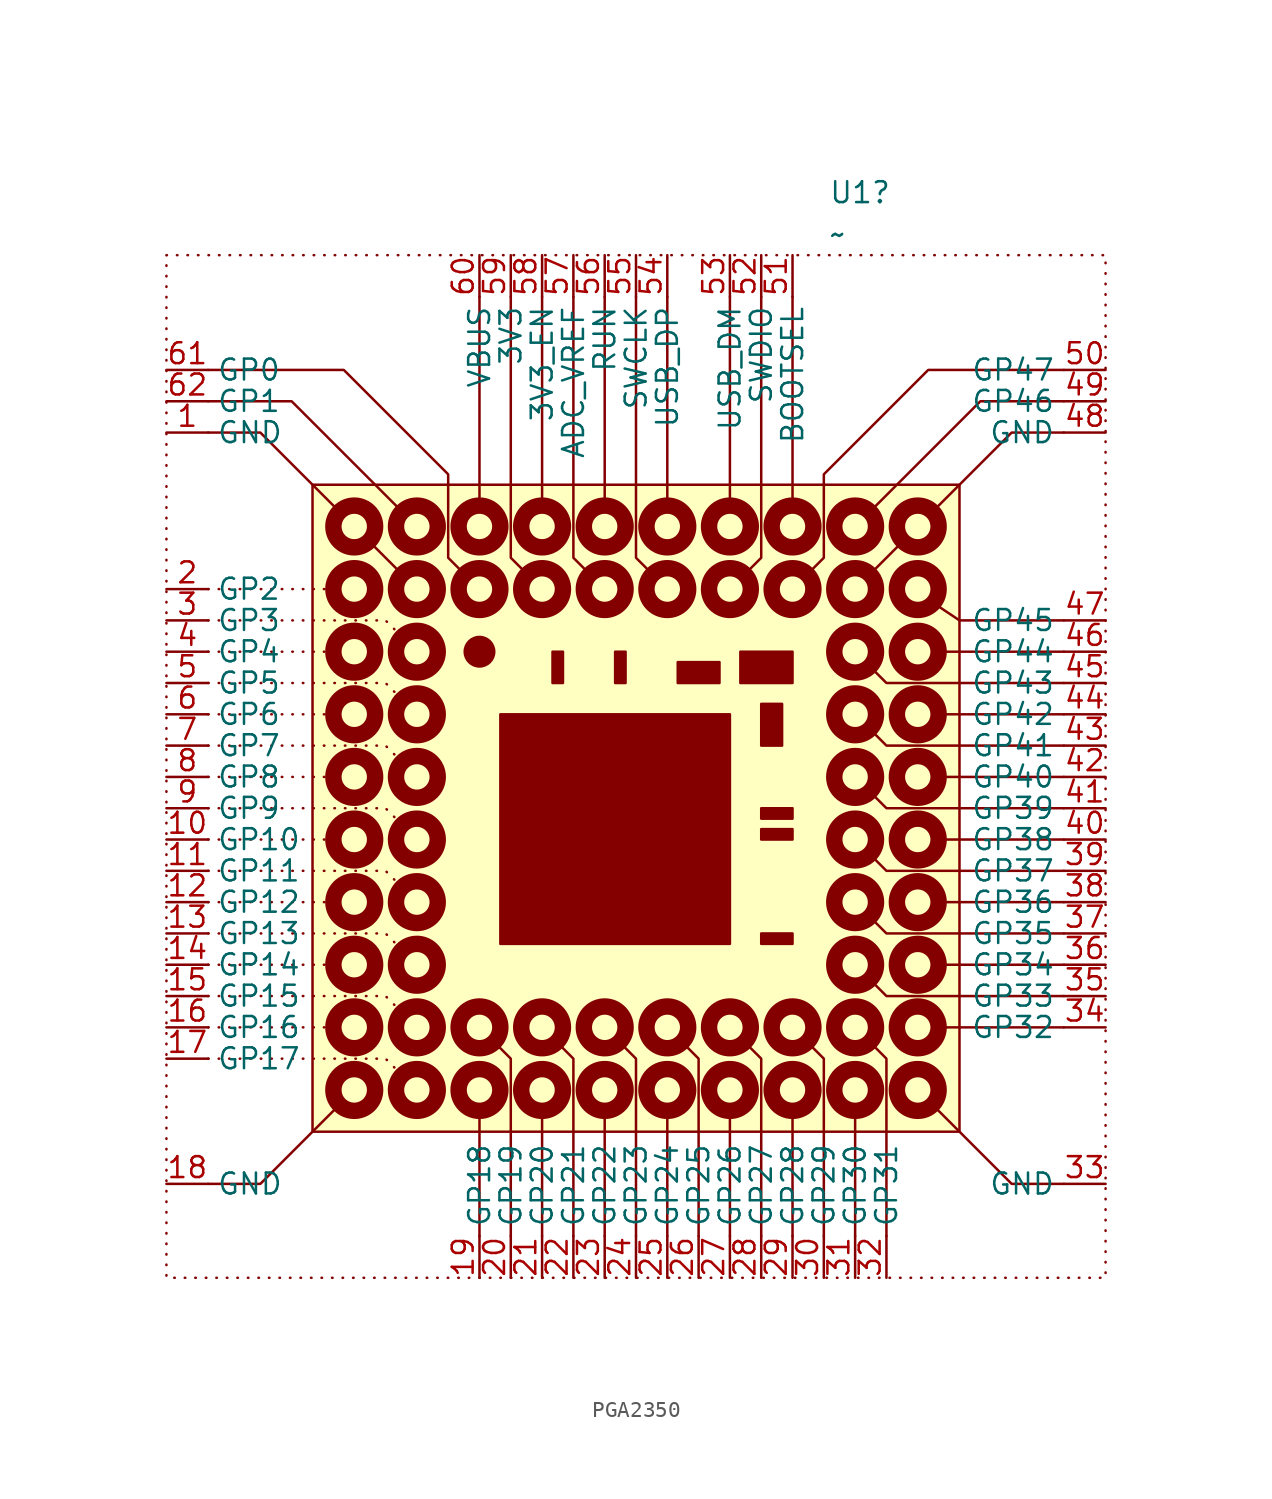
<source format=kicad_sym>
(kicad_symbol_lib
  (version 20231120)
  (generator "kicad_symbol_editor")
  (generator_version "8.0")
  (symbol "PGA2350"
    (property "Reference" "U1"
      (at 40.294 3.81 0)
      (effects (font (size 1.27 1.27)) (justify left)))
    (property "Value" "~"
      (at 40.294 1.27 0)
      (effects (font (size 1.27 1.27)) (justify left)))
    (symbol "PGA2350_1_1"
      (polyline (pts (xy 2.54 -46.99) (xy 10.16 -46.99)) (stroke (width 0) (type default)) (fill (type none)))
      (polyline (pts (xy 2.54 -43.18) (xy 10.16 -43.18)) (stroke (width 0) (type default)) (fill (type none)))
      (polyline (pts (xy 2.54 -39.37) (xy 10.16 -39.37)) (stroke (width 0) (type default)) (fill (type none)))
      (polyline (pts (xy 2.54 -35.56) (xy 10.16 -35.56)) (stroke (width 0) (type default)) (fill (type none)))
      (polyline (pts (xy 2.54 -31.75) (xy 10.16 -31.75)) (stroke (width 0) (type default)) (fill (type none)))
      (polyline (pts (xy 2.54 -27.94) (xy 10.16 -27.94)) (stroke (width 0) (type default)) (fill (type none)))
      (polyline (pts (xy 2.54 -24.13) (xy 10.16 -24.13)) (stroke (width 0) (type default)) (fill (type none)))
      (polyline (pts (xy 2.54 -20.32) (xy 10.16 -20.32)) (stroke (width 0) (type default)) (fill (type none)))
      (polyline (pts (xy 14.605 -19.685) (xy 12.065 -17.145)) (stroke (width 0) (type default)) (fill (type none)))
      (polyline (pts (xy 19.05 -59.69) (xy 19.05 -52.07)) (stroke (width 0) (type default)) (fill (type none)))
      (polyline (pts (xy 19.05 -2.54) (xy 19.05 -15.24)) (stroke (width 0) (type default)) (fill (type none)))
      (polyline (pts (xy 22.86 -59.69) (xy 22.86 -52.07)) (stroke (width 0) (type default)) (fill (type none)))
      (polyline (pts (xy 22.86 -2.54) (xy 22.86 -15.24)) (stroke (width 0) (type default)) (fill (type none)))
      (polyline (pts (xy 26.67 -59.69) (xy 26.67 -52.07)) (stroke (width 0) (type default)) (fill (type none)))
      (polyline (pts (xy 26.67 -2.54) (xy 26.67 -15.24)) (stroke (width 0) (type default)) (fill (type none)))
      (polyline (pts (xy 30.48 -59.69) (xy 30.48 -52.07)) (stroke (width 0) (type default)) (fill (type none)))
      (polyline (pts (xy 30.48 -2.54) (xy 30.48 -15.24)) (stroke (width 0) (type default)) (fill (type none)))
      (polyline (pts (xy 34.29 -59.69) (xy 34.29 -52.07)) (stroke (width 0) (type default)) (fill (type none)))
      (polyline (pts (xy 34.29 -2.54) (xy 34.29 -15.24)) (stroke (width 0) (type default)) (fill (type none)))
      (polyline (pts (xy 38.1 -59.69) (xy 38.1 -52.07)) (stroke (width 0) (type default)) (fill (type none)))
      (polyline (pts (xy 38.1 -2.54) (xy 38.1 -15.24)) (stroke (width 0) (type default)) (fill (type none)))
      (polyline (pts (xy 41.91 -59.69) (xy 41.91 -52.07)) (stroke (width 0) (type default)) (fill (type none)))
      (polyline (pts (xy 42.545 -19.685) (xy 45.085 -17.145)) (stroke (width 0) (type default)) (fill (type none)))
      (polyline (pts (xy 54.61 -46.99) (xy 46.99 -46.99)) (stroke (width 0) (type default)) (fill (type none)))
      (polyline (pts (xy 54.61 -43.18) (xy 46.99 -43.18)) (stroke (width 0) (type default)) (fill (type none)))
      (polyline (pts (xy 54.61 -39.37) (xy 46.99 -39.37)) (stroke (width 0) (type default)) (fill (type none)))
      (polyline (pts (xy 54.61 -35.56) (xy 46.99 -35.56)) (stroke (width 0) (type default)) (fill (type none)))
      (polyline (pts (xy 54.61 -31.75) (xy 46.99 -31.75)) (stroke (width 0) (type default)) (fill (type none)))
      (polyline (pts (xy 54.61 -27.94) (xy 46.99 -27.94)) (stroke (width 0) (type default)) (fill (type none)))
      (polyline (pts (xy 54.61 -24.13) (xy 46.99 -24.13)) (stroke (width 0) (type default)) (fill (type none)))
      (polyline (pts (xy 2.54 -48.895) (xy 13.335 -48.895) (xy 14.605 -50.165)) (stroke (width 0) (type default)) (fill (type none)))
      (polyline (pts (xy 2.54 -45.085) (xy 13.335 -45.085) (xy 14.605 -46.355)) (stroke (width 0) (type default)) (fill (type none)))
      (polyline (pts (xy 2.54 -41.275) (xy 13.335 -41.275) (xy 14.605 -42.545)) (stroke (width 0) (type default)) (fill (type none)))
      (polyline (pts (xy 2.54 -37.465) (xy 13.335 -37.465) (xy 14.605 -38.735)) (stroke (width 0) (type default)) (fill (type none)))
      (polyline (pts (xy 2.54 -33.655) (xy 13.335 -33.655) (xy 14.605 -34.925)) (stroke (width 0) (type default)) (fill (type none)))
      (polyline (pts (xy 2.54 -29.845) (xy 13.335 -29.845) (xy 14.605 -31.115)) (stroke (width 0) (type default)) (fill (type none)))
      (polyline (pts (xy 2.54 -26.035) (xy 13.335 -26.035) (xy 14.605 -27.305)) (stroke (width 0) (type default)) (fill (type none)))
      (polyline (pts (xy 2.54 -22.225) (xy 13.335 -22.225) (xy 14.605 -23.495)) (stroke (width 0) (type default)) (fill (type none)))
      (polyline (pts (xy 10.795 -51.435) (xy 5.715 -56.515) (xy 2.54 -56.515)) (stroke (width 0) (type default)) (fill (type none)))
      (polyline (pts (xy 10.795 -15.875) (xy 5.715 -10.795) (xy 2.54 -10.795)) (stroke (width 0) (type default)) (fill (type none)))
      (polyline (pts (xy 14.605 -15.875) (xy 7.62 -8.89) (xy 2.54 -8.89)) (stroke (width 0) (type default)) (fill (type none)))
      (polyline (pts (xy 20.955 -59.69) (xy 20.955 -48.895) (xy 19.685 -47.625)) (stroke (width 0) (type default)) (fill (type none)))
      (polyline (pts (xy 20.955 -2.54) (xy 20.955 -18.415) (xy 22.225 -19.685)) (stroke (width 0) (type default)) (fill (type none)))
      (polyline (pts (xy 24.765 -59.69) (xy 24.765 -48.895) (xy 23.495 -47.625)) (stroke (width 0) (type default)) (fill (type none)))
      (polyline (pts (xy 24.765 -2.54) (xy 24.765 -18.415) (xy 26.035 -19.685)) (stroke (width 0) (type default)) (fill (type none)))
      (polyline (pts (xy 28.575 -59.69) (xy 28.575 -48.895) (xy 27.305 -47.625)) (stroke (width 0) (type default)) (fill (type none)))
      (polyline (pts (xy 28.575 -2.54) (xy 28.575 -18.415) (xy 29.845 -19.685)) (stroke (width 0) (type default)) (fill (type none)))
      (polyline (pts (xy 32.385 -59.69) (xy 32.385 -48.895) (xy 31.115 -47.625)) (stroke (width 0) (type default)) (fill (type none)))
      (polyline (pts (xy 36.195 -59.69) (xy 36.195 -48.895) (xy 34.925 -47.625)) (stroke (width 0) (type default)) (fill (type none)))
      (polyline (pts (xy 36.195 -2.54) (xy 36.195 -18.415) (xy 34.925 -19.685)) (stroke (width 0) (type default)) (fill (type none)))
      (polyline (pts (xy 40.005 -59.69) (xy 40.005 -48.895) (xy 38.735 -47.625)) (stroke (width 0) (type default)) (fill (type none)))
      (polyline (pts (xy 42.545 -15.875) (xy 49.53 -8.89) (xy 54.61 -8.89)) (stroke (width 0) (type default)) (fill (type none)))
      (polyline (pts (xy 43.815 -59.69) (xy 43.815 -48.895) (xy 42.545 -47.625)) (stroke (width 0) (type default)) (fill (type none)))
      (polyline (pts (xy 46.355 -51.435) (xy 51.435 -56.515) (xy 54.61 -56.515)) (stroke (width 0) (type default)) (fill (type none)))
      (polyline (pts (xy 46.355 -15.875) (xy 51.435 -10.795) (xy 54.61 -10.795)) (stroke (width 0) (type default)) (fill (type none)))
      (polyline (pts (xy 54.61 -45.085) (xy 43.815 -45.085) (xy 42.545 -43.815)) (stroke (width 0) (type default)) (fill (type none)))
      (polyline (pts (xy 54.61 -41.275) (xy 43.815 -41.275) (xy 42.545 -40.005)) (stroke (width 0) (type default)) (fill (type none)))
      (polyline (pts (xy 54.61 -37.465) (xy 43.815 -37.465) (xy 42.545 -36.195)) (stroke (width 0) (type default)) (fill (type none)))
      (polyline (pts (xy 54.61 -33.655) (xy 43.815 -33.655) (xy 42.545 -32.385)) (stroke (width 0) (type default)) (fill (type none)))
      (polyline (pts (xy 54.61 -29.845) (xy 43.815 -29.845) (xy 42.545 -28.575)) (stroke (width 0) (type default)) (fill (type none)))
      (polyline (pts (xy 54.61 -26.035) (xy 43.815 -26.035) (xy 42.545 -24.765)) (stroke (width 0) (type default)) (fill (type none)))
      (polyline (pts (xy 54.61 -22.225) (xy 48.26 -22.225) (xy 46.355 -20.955)) (stroke (width 0) (type default)) (fill (type none)))
      (polyline (pts (xy 18.415 -19.685) (xy 17.145 -18.415) (xy 17.145 -13.335) (xy 10.795 -6.985) (xy 2.54 -6.985)) (stroke (width 0) (type default)) (fill (type none)))
      (polyline (pts (xy 38.735 -19.685) (xy 40.005 -18.415) (xy 40.005 -13.335) (xy 46.355 -6.985) (xy 54.61 -6.985)) (stroke (width 0) (type default)) (fill (type none)))
      (rectangle (start 0 0) (end 57.15 -62.23) (stroke (width 0) (type dot)) (fill (type none)))
      (rectangle (start 8.89 -13.97) (end 48.26 -53.34) (stroke (width 0) (type default)) (fill (type background)))
      (circle (center 11.43 -50.8) (radius 1.27) (stroke (width 1) (type default)) (fill (type none)))
      (circle (center 11.43 -46.99) (radius 1.27) (stroke (width 1) (type default)) (fill (type none)))
      (circle (center 11.43 -43.18) (radius 1.27) (stroke (width 1) (type default)) (fill (type none)))
      (circle (center 11.43 -39.37) (radius 1.27) (stroke (width 1) (type default)) (fill (type none)))
      (circle (center 11.43 -35.56) (radius 1.27) (stroke (width 1) (type default)) (fill (type none)))
      (circle (center 11.43 -31.75) (radius 1.27) (stroke (width 1) (type default)) (fill (type none)))
      (circle (center 11.43 -27.94) (radius 1.27) (stroke (width 1) (type default)) (fill (type none)))
      (circle (center 11.43 -24.13) (radius 1.27) (stroke (width 1) (type default)) (fill (type none)))
      (circle (center 11.43 -20.32) (radius 1.27) (stroke (width 1) (type default)) (fill (type none)))
      (circle (center 11.43 -16.51) (radius 1.27) (stroke (width 1) (type default)) (fill (type none)))
      (circle (center 15.24 -50.8) (radius 1.27) (stroke (width 1) (type default)) (fill (type none)))
      (circle (center 15.24 -46.99) (radius 1.27) (stroke (width 1) (type default)) (fill (type none)))
      (circle (center 15.24 -43.18) (radius 1.27) (stroke (width 1) (type default)) (fill (type none)))
      (circle (center 15.24 -39.37) (radius 1.27) (stroke (width 1) (type default)) (fill (type none)))
      (circle (center 15.24 -35.56) (radius 1.27) (stroke (width 1) (type default)) (fill (type none)))
      (circle (center 15.24 -31.75) (radius 1.27) (stroke (width 1) (type default)) (fill (type none)))
      (circle (center 15.24 -27.94) (radius 1.27) (stroke (width 1) (type default)) (fill (type none)))
      (circle (center 15.24 -24.13) (radius 1.27) (stroke (width 1) (type default)) (fill (type none)))
      (circle (center 15.24 -20.32) (radius 1.27) (stroke (width 1) (type default)) (fill (type none)))
      (circle (center 15.24 -16.51) (radius 1.27) (stroke (width 1) (type default)) (fill (type none)))
      (circle (center 19.05 -50.8) (radius 1.27) (stroke (width 1) (type default)) (fill (type none)))
      (circle (center 19.05 -46.99) (radius 1.27) (stroke (width 1) (type default)) (fill (type none)))
      (circle (center 19.05 -24.13) (radius 0.898) (stroke (width 0) (type default)) (fill (type outline)))
      (circle (center 19.05 -20.32) (radius 1.27) (stroke (width 1) (type default)) (fill (type none)))
      (circle (center 19.05 -16.51) (radius 1.27) (stroke (width 1) (type default)) (fill (type none)))
      (rectangle (start 20.32 -27.94) (end 34.29 -41.91) (stroke (width 0) (type default)) (fill (type outline)))
      (circle (center 22.86 -50.8) (radius 1.27) (stroke (width 1) (type default)) (fill (type none)))
      (circle (center 22.86 -46.99) (radius 1.27) (stroke (width 1) (type default)) (fill (type none)))
      (circle (center 22.86 -20.32) (radius 1.27) (stroke (width 1) (type default)) (fill (type none)))
      (circle (center 22.86 -16.51) (radius 1.27) (stroke (width 1) (type default)) (fill (type none)))
      (rectangle (start 23.495 -24.13) (end 24.13 -26.035) (stroke (width 0) (type default)) (fill (type outline)))
      (circle (center 26.67 -50.8) (radius 1.27) (stroke (width 1) (type default)) (fill (type none)))
      (circle (center 26.67 -46.99) (radius 1.27) (stroke (width 1) (type default)) (fill (type none)))
      (circle (center 26.67 -20.32) (radius 1.27) (stroke (width 1) (type default)) (fill (type none)))
      (circle (center 26.67 -16.51) (radius 1.27) (stroke (width 1) (type default)) (fill (type none)))
      (rectangle (start 27.305 -24.13) (end 27.94 -26.035) (stroke (width 0) (type default)) (fill (type outline)))
      (circle (center 30.48 -50.8) (radius 1.27) (stroke (width 1) (type default)) (fill (type none)))
      (circle (center 30.48 -46.99) (radius 1.27) (stroke (width 1) (type default)) (fill (type none)))
      (circle (center 30.48 -20.32) (radius 1.27) (stroke (width 1) (type default)) (fill (type none)))
      (circle (center 30.48 -16.51) (radius 1.27) (stroke (width 1) (type default)) (fill (type none)))
      (rectangle (start 31.115 -26.035) (end 33.655 -24.765) (stroke (width 0) (type default)) (fill (type outline)))
      (circle (center 34.29 -50.8) (radius 1.27) (stroke (width 1) (type default)) (fill (type none)))
      (circle (center 34.29 -46.99) (radius 1.27) (stroke (width 1) (type default)) (fill (type none)))
      (circle (center 34.29 -20.32) (radius 1.27) (stroke (width 1) (type default)) (fill (type none)))
      (circle (center 34.29 -16.51) (radius 1.27) (stroke (width 1) (type default)) (fill (type none)))
      (rectangle (start 34.925 -24.13) (end 38.1 -26.035) (stroke (width 0) (type default)) (fill (type outline)))
      (rectangle (start 36.195 -41.91) (end 38.1 -41.275) (stroke (width 0) (type default)) (fill (type outline)))
      (rectangle (start 36.195 -35.56) (end 38.1 -34.925) (stroke (width 0) (type default)) (fill (type outline)))
      (rectangle (start 36.195 -34.29) (end 38.1 -33.655) (stroke (width 0) (type default)) (fill (type outline)))
      (rectangle (start 36.195 -27.305) (end 37.465 -29.845) (stroke (width 0) (type default)) (fill (type outline)))
      (circle (center 38.1 -50.8) (radius 1.27) (stroke (width 1) (type default)) (fill (type none)))
      (circle (center 38.1 -46.99) (radius 1.27) (stroke (width 1) (type default)) (fill (type none)))
      (circle (center 38.1 -20.32) (radius 1.27) (stroke (width 1) (type default)) (fill (type none)))
      (circle (center 38.1 -16.51) (radius 1.27) (stroke (width 1) (type default)) (fill (type none)))
      (circle (center 41.91 -50.8) (radius 1.27) (stroke (width 1) (type default)) (fill (type none)))
      (circle (center 41.91 -46.99) (radius 1.27) (stroke (width 1) (type default)) (fill (type none)))
      (circle (center 41.91 -43.18) (radius 1.27) (stroke (width 1) (type default)) (fill (type none)))
      (circle (center 41.91 -39.37) (radius 1.27) (stroke (width 1) (type default)) (fill (type none)))
      (circle (center 41.91 -35.56) (radius 1.27) (stroke (width 1) (type default)) (fill (type none)))
      (circle (center 41.91 -31.75) (radius 1.27) (stroke (width 1) (type default)) (fill (type none)))
      (circle (center 41.91 -27.94) (radius 1.27) (stroke (width 1) (type default)) (fill (type none)))
      (circle (center 41.91 -24.13) (radius 1.27) (stroke (width 1) (type default)) (fill (type none)))
      (circle (center 41.91 -20.32) (radius 1.27) (stroke (width 1) (type default)) (fill (type none)))
      (circle (center 41.91 -16.51) (radius 1.27) (stroke (width 1) (type default)) (fill (type none)))
      (circle (center 45.72 -50.8) (radius 1.27) (stroke (width 1) (type default)) (fill (type none)))
      (circle (center 45.72 -46.99) (radius 1.27) (stroke (width 1) (type default)) (fill (type none)))
      (circle (center 45.72 -43.18) (radius 1.27) (stroke (width 1) (type default)) (fill (type none)))
      (circle (center 45.72 -39.37) (radius 1.27) (stroke (width 1) (type default)) (fill (type none)))
      (circle (center 45.72 -35.56) (radius 1.27) (stroke (width 1) (type default)) (fill (type none)))
      (circle (center 45.72 -31.75) (radius 1.27) (stroke (width 1) (type default)) (fill (type none)))
      (circle (center 45.72 -27.94) (radius 1.27) (stroke (width 1) (type default)) (fill (type none)))
      (circle (center 45.72 -24.13) (radius 1.27) (stroke (width 1) (type default)) (fill (type none)))
      (circle (center 45.72 -20.32) (radius 1.27) (stroke (width 1) (type default)) (fill (type none)))
      (circle (center 45.72 -16.51) (radius 1.27) (stroke (width 1) (type default)) (fill (type none)))
      (pin bidirectional line (at 0 -10.795 0) (length 2.54) (name "GND" (effects (font (size 1.27 1.27)))) (number "1" (effects (font (size 1.27 1.27)))))
      (pin bidirectional line (at 0 -35.56 0) (length 2.54) (name "GP10" (effects (font (size 1.27 1.27)))) (number "10" (effects (font (size 1.27 1.27)))))
      (pin bidirectional line (at 0 -37.465 0) (length 2.54) (name "GP11" (effects (font (size 1.27 1.27)))) (number "11" (effects (font (size 1.27 1.27)))))
      (pin bidirectional line (at 0 -39.37 0) (length 2.54) (name "GP12" (effects (font (size 1.27 1.27)))) (number "12" (effects (font (size 1.27 1.27)))))
      (pin bidirectional line (at 0 -41.275 0) (length 2.54) (name "GP13" (effects (font (size 1.27 1.27)))) (number "13" (effects (font (size 1.27 1.27)))))
      (pin bidirectional line (at 0 -43.18 0) (length 2.54) (name "GP14" (effects (font (size 1.27 1.27)))) (number "14" (effects (font (size 1.27 1.27)))))
      (pin bidirectional line (at 0 -45.085 0) (length 2.54) (name "GP15" (effects (font (size 1.27 1.27)))) (number "15" (effects (font (size 1.27 1.27)))))
      (pin bidirectional line (at 0 -46.99 0) (length 2.54) (name "GP16" (effects (font (size 1.27 1.27)))) (number "16" (effects (font (size 1.27 1.27)))))
      (pin bidirectional line (at 0 -48.895 0) (length 2.54) (name "GP17" (effects (font (size 1.27 1.27)))) (number "17" (effects (font (size 1.27 1.27)))))
      (pin bidirectional line (at 0 -56.515 0) (length 2.54) (name "GND" (effects (font (size 1.27 1.27)))) (number "18" (effects (font (size 1.27 1.27)))))
      (pin bidirectional line (at 19.05 -62.23 90) (length 2.54) (name "GP18" (effects (font (size 1.27 1.27)))) (number "19" (effects (font (size 1.27 1.27)))))
      (pin bidirectional line (at 0 -20.32 0) (length 2.54) (name "GP2" (effects (font (size 1.27 1.27)))) (number "2" (effects (font (size 1.27 1.27)))))
      (pin bidirectional line (at 20.955 -62.23 90) (length 2.54) (name "GP19" (effects (font (size 1.27 1.27)))) (number "20" (effects (font (size 1.27 1.27)))))
      (pin bidirectional line (at 22.86 -62.23 90) (length 2.54) (name "GP20" (effects (font (size 1.27 1.27)))) (number "21" (effects (font (size 1.27 1.27)))))
      (pin bidirectional line (at 24.765 -62.23 90) (length 2.54) (name "GP21" (effects (font (size 1.27 1.27)))) (number "22" (effects (font (size 1.27 1.27)))))
      (pin bidirectional line (at 26.67 -62.23 90) (length 2.54) (name "GP22" (effects (font (size 1.27 1.27)))) (number "23" (effects (font (size 1.27 1.27)))))
      (pin bidirectional line (at 28.575 -62.23 90) (length 2.54) (name "GP23" (effects (font (size 1.27 1.27)))) (number "24" (effects (font (size 1.27 1.27)))))
      (pin bidirectional line (at 30.48 -62.23 90) (length 2.54) (name "GP24" (effects (font (size 1.27 1.27)))) (number "25" (effects (font (size 1.27 1.27)))))
      (pin bidirectional line (at 32.385 -62.23 90) (length 2.54) (name "GP25" (effects (font (size 1.27 1.27)))) (number "26" (effects (font (size 1.27 1.27)))))
      (pin bidirectional line (at 34.29 -62.23 90) (length 2.54) (name "GP26" (effects (font (size 1.27 1.27)))) (number "27" (effects (font (size 1.27 1.27)))))
      (pin bidirectional line (at 36.195 -62.23 90) (length 2.54) (name "GP27" (effects (font (size 1.27 1.27)))) (number "28" (effects (font (size 1.27 1.27)))))
      (pin bidirectional line (at 38.1 -62.23 90) (length 2.54) (name "GP28" (effects (font (size 1.27 1.27)))) (number "29" (effects (font (size 1.27 1.27)))))
      (pin bidirectional line (at 0 -22.225 0) (length 2.54) (name "GP3" (effects (font (size 1.27 1.27)))) (number "3" (effects (font (size 1.27 1.27)))))
      (pin bidirectional line (at 40.005 -62.23 90) (length 2.54) (name "GP29" (effects (font (size 1.27 1.27)))) (number "30" (effects (font (size 1.27 1.27)))))
      (pin bidirectional line (at 41.91 -62.23 90) (length 2.54) (name "GP30" (effects (font (size 1.27 1.27)))) (number "31" (effects (font (size 1.27 1.27)))))
      (pin bidirectional line (at 43.815 -62.23 90) (length 2.54) (name "GP31" (effects (font (size 1.27 1.27)))) (number "32" (effects (font (size 1.27 1.27)))))
      (pin bidirectional line (at 57.15 -56.515 180) (length 2.54) (name "GND" (effects (font (size 1.27 1.27)))) (number "33" (effects (font (size 1.27 1.27)))))
      (pin bidirectional line (at 57.15 -46.99 180) (length 2.54) (name "GP32" (effects (font (size 1.27 1.27)))) (number "34" (effects (font (size 1.27 1.27)))))
      (pin bidirectional line (at 57.15 -45.085 180) (length 2.54) (name "GP33" (effects (font (size 1.27 1.27)))) (number "35" (effects (font (size 1.27 1.27)))))
      (pin bidirectional line (at 57.15 -43.18 180) (length 2.54) (name "GP34" (effects (font (size 1.27 1.27)))) (number "36" (effects (font (size 1.27 1.27)))))
      (pin bidirectional line (at 57.15 -41.275 180) (length 2.54) (name "GP35" (effects (font (size 1.27 1.27)))) (number "37" (effects (font (size 1.27 1.27)))))
      (pin bidirectional line (at 57.15 -39.37 180) (length 2.54) (name "GP36" (effects (font (size 1.27 1.27)))) (number "38" (effects (font (size 1.27 1.27)))))
      (pin bidirectional line (at 57.15 -37.465 180) (length 2.54) (name "GP37" (effects (font (size 1.27 1.27)))) (number "39" (effects (font (size 1.27 1.27)))))
      (pin bidirectional line (at 0 -24.13 0) (length 2.54) (name "GP4" (effects (font (size 1.27 1.27)))) (number "4" (effects (font (size 1.27 1.27)))))
      (pin bidirectional line (at 57.15 -35.56 180) (length 2.54) (name "GP38" (effects (font (size 1.27 1.27)))) (number "40" (effects (font (size 1.27 1.27)))))
      (pin bidirectional line (at 57.15 -33.655 180) (length 2.54) (name "GP39" (effects (font (size 1.27 1.27)))) (number "41" (effects (font (size 1.27 1.27)))))
      (pin bidirectional line (at 57.15 -31.75 180) (length 2.54) (name "GP40" (effects (font (size 1.27 1.27)))) (number "42" (effects (font (size 1.27 1.27)))))
      (pin bidirectional line (at 57.15 -29.845 180) (length 2.54) (name "GP41" (effects (font (size 1.27 1.27)))) (number "43" (effects (font (size 1.27 1.27)))))
      (pin bidirectional line (at 57.15 -27.94 180) (length 2.54) (name "GP42" (effects (font (size 1.27 1.27)))) (number "44" (effects (font (size 1.27 1.27)))))
      (pin bidirectional line (at 57.15 -26.035 180) (length 2.54) (name "GP43" (effects (font (size 1.27 1.27)))) (number "45" (effects (font (size 1.27 1.27)))))
      (pin bidirectional line (at 57.15 -24.13 180) (length 2.54) (name "GP44" (effects (font (size 1.27 1.27)))) (number "46" (effects (font (size 1.27 1.27)))))
      (pin bidirectional line (at 57.15 -22.225 180) (length 2.54) (name "GP45" (effects (font (size 1.27 1.27)))) (number "47" (effects (font (size 1.27 1.27)))))
      (pin bidirectional line (at 57.15 -10.795 180) (length 2.54) (name "GND" (effects (font (size 1.27 1.27)))) (number "48" (effects (font (size 1.27 1.27)))))
      (pin bidirectional line (at 57.15 -8.89 180) (length 2.54) (name "GP46" (effects (font (size 1.27 1.27)))) (number "49" (effects (font (size 1.27 1.27)))))
      (pin bidirectional line (at 0 -26.035 0) (length 2.54) (name "GP5" (effects (font (size 1.27 1.27)))) (number "5" (effects (font (size 1.27 1.27)))))
      (pin bidirectional line (at 57.15 -6.985 180) (length 2.54) (name "GP47" (effects (font (size 1.27 1.27)))) (number "50" (effects (font (size 1.27 1.27)))))
      (pin bidirectional line (at 38.1 0 270) (length 2.54) (name "BOOTSEL" (effects (font (size 1.27 1.27)))) (number "51" (effects (font (size 1.27 1.27)))))
      (pin bidirectional line (at 36.195 0 270) (length 2.54) (name "SWDIO" (effects (font (size 1.27 1.27)))) (number "52" (effects (font (size 1.27 1.27)))))
      (pin bidirectional line (at 34.29 0 270) (length 2.54) (name "USB_DM" (effects (font (size 1.27 1.27)))) (number "53" (effects (font (size 1.27 1.27)))))
      (pin bidirectional line (at 30.48 0 270) (length 2.54) (name "USB_DP" (effects (font (size 1.27 1.27)))) (number "54" (effects (font (size 1.27 1.27)))))
      (pin bidirectional line (at 28.575 0 270) (length 2.54) (name "SWCLK" (effects (font (size 1.27 1.27)))) (number "55" (effects (font (size 1.27 1.27)))))
      (pin bidirectional line (at 26.67 0 270) (length 2.54) (name "RUN" (effects (font (size 1.27 1.27)))) (number "56" (effects (font (size 1.27 1.27)))))
      (pin bidirectional line (at 24.765 0 270) (length 2.54) (name "ADC_VREF" (effects (font (size 1.27 1.27)))) (number "57" (effects (font (size 1.27 1.27)))))
      (pin bidirectional line (at 22.86 0 270) (length 2.54) (name "3V3_EN" (effects (font (size 1.27 1.27)))) (number "58" (effects (font (size 1.27 1.27)))))
      (pin bidirectional line (at 20.955 0 270) (length 2.54) (name "3V3" (effects (font (size 1.27 1.27)))) (number "59" (effects (font (size 1.27 1.27)))))
      (pin bidirectional line (at 0 -27.94 0) (length 2.54) (name "GP6" (effects (font (size 1.27 1.27)))) (number "6" (effects (font (size 1.27 1.27)))))
      (pin bidirectional line (at 19.05 0 270) (length 2.54) (name "VBUS" (effects (font (size 1.27 1.27)))) (number "60" (effects (font (size 1.27 1.27)))))
      (pin bidirectional line (at 0 -6.985 0) (length 2.54) (name "GP0" (effects (font (size 1.27 1.27)))) (number "61" (effects (font (size 1.27 1.27)))))
      (pin bidirectional line (at 0 -8.89 0) (length 2.54) (name "GP1" (effects (font (size 1.27 1.27)))) (number "62" (effects (font (size 1.27 1.27)))))
      (pin bidirectional line (at 0 -29.845 0) (length 2.54) (name "GP7" (effects (font (size 1.27 1.27)))) (number "7" (effects (font (size 1.27 1.27)))))
      (pin bidirectional line (at 0 -31.75 0) (length 2.54) (name "GP8" (effects (font (size 1.27 1.27)))) (number "8" (effects (font (size 1.27 1.27)))))
      (pin bidirectional line (at 0 -33.655 0) (length 2.54) (name "GP9" (effects (font (size 1.27 1.27)))) (number "9" (effects (font (size 1.27 1.27))))))))
</source>
